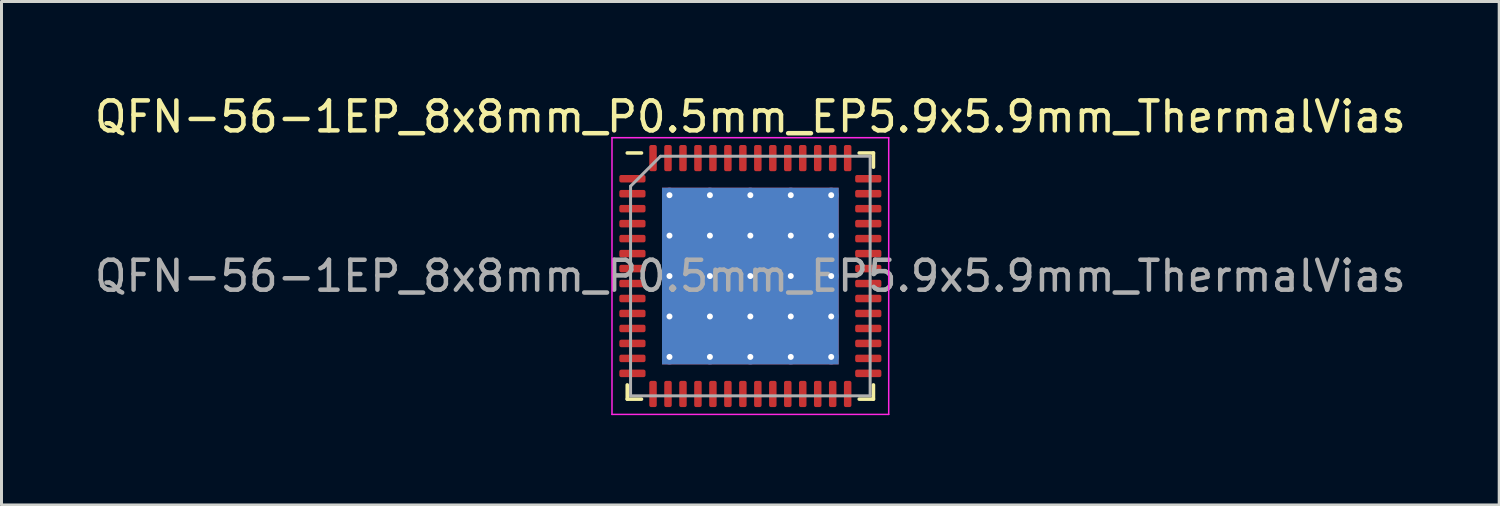
<source format=kicad_pcb>
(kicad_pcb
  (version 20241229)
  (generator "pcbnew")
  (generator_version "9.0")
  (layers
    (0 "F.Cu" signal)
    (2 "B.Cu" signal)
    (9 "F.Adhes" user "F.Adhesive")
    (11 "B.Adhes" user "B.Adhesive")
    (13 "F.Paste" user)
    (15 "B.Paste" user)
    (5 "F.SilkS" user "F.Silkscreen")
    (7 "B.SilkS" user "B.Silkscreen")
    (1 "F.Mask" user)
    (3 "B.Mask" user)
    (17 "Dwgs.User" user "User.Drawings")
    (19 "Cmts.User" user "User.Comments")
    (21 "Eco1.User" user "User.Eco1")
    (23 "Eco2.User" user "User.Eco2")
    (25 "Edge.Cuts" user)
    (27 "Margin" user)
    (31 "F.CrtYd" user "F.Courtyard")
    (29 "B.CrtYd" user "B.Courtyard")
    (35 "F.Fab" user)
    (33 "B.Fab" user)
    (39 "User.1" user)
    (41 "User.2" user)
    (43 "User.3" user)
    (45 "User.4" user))
  (footprint "QFN-56-1EP_8x8mm_P0.5mm_EP5.9x5.9mm_ThermalVias"
    (layer "F.Cu")
    (at 22.006 6.168)
    (property "Reference" "QFN-56-1EP_8x8mm_P0.5mm_EP5.9x5.9mm_ThermalVias" (at 0 -5.32 0) (layer "F.SilkS") (effects (font (size 1 1) (thickness 0.15))))
    (attr smd)
    (fp_line (start -4.11 4.11) (end -4.11 3.635) (stroke (width 0.12) (type solid)) (layer "F.SilkS"))
    (fp_line (start -3.635 -4.11) (end -4.11 -4.11) (stroke (width 0.12) (type solid)) (layer "F.SilkS"))
    (fp_line (start -3.635 4.11) (end -4.11 4.11) (stroke (width 0.12) (type solid)) (layer "F.SilkS"))
    (fp_line (start 3.635 -4.11) (end 4.11 -4.11) (stroke (width 0.12) (type solid)) (layer "F.SilkS"))
    (fp_line (start 3.635 4.11) (end 4.11 4.11) (stroke (width 0.12) (type solid)) (layer "F.SilkS"))
    (fp_line (start 4.11 -4.11) (end 4.11 -3.635) (stroke (width 0.12) (type solid)) (layer "F.SilkS"))
    (fp_line (start 4.11 4.11) (end 4.11 3.635) (stroke (width 0.12) (type solid)) (layer "F.SilkS"))
    (fp_line (start -4.62 -4.62) (end -4.62 4.62) (stroke (width 0.05) (type solid)) (layer "F.CrtYd"))
    (fp_line (start -4.62 4.62) (end 4.62 4.62) (stroke (width 0.05) (type solid)) (layer "F.CrtYd"))
    (fp_line (start 4.62 -4.62) (end -4.62 -4.62) (stroke (width 0.05) (type solid)) (layer "F.CrtYd"))
    (fp_line (start 4.62 4.62) (end 4.62 -4.62) (stroke (width 0.05) (type solid)) (layer "F.CrtYd"))
    (fp_line (start -4 -3) (end -3 -4) (stroke (width 0.1) (type solid)) (layer "F.Fab"))
    (fp_line (start -4 4) (end -4 -3) (stroke (width 0.1) (type solid)) (layer "F.Fab"))
    (fp_line (start -3 -4) (end 4 -4) (stroke (width 0.1) (type solid)) (layer "F.Fab"))
    (fp_line (start 4 -4) (end 4 4) (stroke (width 0.1) (type solid)) (layer "F.Fab"))
    (fp_line (start 4 4) (end -4 4) (stroke (width 0.1) (type solid)) (layer "F.Fab"))
    (fp_text user "${REFERENCE}" (at 0 0 0) (layer "F.Fab") (effects (font (size 1 1) (thickness 0.15))))
    (pad "" smd roundrect (at -2.025 -2.025) (size 1.143 1.143) (layers "F.Paste") (roundrect_rratio 0.219))
    (pad "" smd roundrect (at -2.025 -0.675) (size 1.143 1.143) (layers "F.Paste") (roundrect_rratio 0.219))
    (pad "" smd roundrect (at -2.025 0.675) (size 1.143 1.143) (layers "F.Paste") (roundrect_rratio 0.219))
    (pad "" smd roundrect (at -2.025 2.025) (size 1.143 1.143) (layers "F.Paste") (roundrect_rratio 0.219))
    (pad "" smd roundrect (at -0.675 -2.025) (size 1.143 1.143) (layers "F.Paste") (roundrect_rratio 0.219))
    (pad "" smd roundrect (at -0.675 -0.675) (size 1.143 1.143) (layers "F.Paste") (roundrect_rratio 0.219))
    (pad "" smd roundrect (at -0.675 0.675) (size 1.143 1.143) (layers "F.Paste") (roundrect_rratio 0.219))
    (pad "" smd roundrect (at -0.675 2.025) (size 1.143 1.143) (layers "F.Paste") (roundrect_rratio 0.219))
    (pad "" smd roundrect (at 0.675 -2.025) (size 1.143 1.143) (layers "F.Paste") (roundrect_rratio 0.219))
    (pad "" smd roundrect (at 0.675 -0.675) (size 1.143 1.143) (layers "F.Paste") (roundrect_rratio 0.219))
    (pad "" smd roundrect (at 0.675 0.675) (size 1.143 1.143) (layers "F.Paste") (roundrect_rratio 0.219))
    (pad "" smd roundrect (at 0.675 2.025) (size 1.143 1.143) (layers "F.Paste") (roundrect_rratio 0.219))
    (pad "" smd roundrect (at 2.025 -2.025) (size 1.143 1.143) (layers "F.Paste") (roundrect_rratio 0.219))
    (pad "" smd roundrect (at 2.025 -0.675) (size 1.143 1.143) (layers "F.Paste") (roundrect_rratio 0.219))
    (pad "" smd roundrect (at 2.025 0.675) (size 1.143 1.143) (layers "F.Paste") (roundrect_rratio 0.219))
    (pad "" smd roundrect (at 2.025 2.025) (size 1.143 1.143) (layers "F.Paste") (roundrect_rratio 0.219))
    (pad "1" smd roundrect (at -3.938 -3.25) (size 0.875 0.25) (layers "F.Cu" "F.Mask" "F.Paste") (roundrect_rratio 0.25))
    (pad "2" smd roundrect (at -3.938 -2.75) (size 0.875 0.25) (layers "F.Cu" "F.Mask" "F.Paste") (roundrect_rratio 0.25))
    (pad "3" smd roundrect (at -3.938 -2.25) (size 0.875 0.25) (layers "F.Cu" "F.Mask" "F.Paste") (roundrect_rratio 0.25))
    (pad "4" smd roundrect (at -3.938 -1.75) (size 0.875 0.25) (layers "F.Cu" "F.Mask" "F.Paste") (roundrect_rratio 0.25))
    (pad "5" smd roundrect (at -3.938 -1.25) (size 0.875 0.25) (layers "F.Cu" "F.Mask" "F.Paste") (roundrect_rratio 0.25))
    (pad "6" smd roundrect (at -3.938 -0.75) (size 0.875 0.25) (layers "F.Cu" "F.Mask" "F.Paste") (roundrect_rratio 0.25))
    (pad "7" smd roundrect (at -3.938 -0.25) (size 0.875 0.25) (layers "F.Cu" "F.Mask" "F.Paste") (roundrect_rratio 0.25))
    (pad "8" smd roundrect (at -3.938 0.25) (size 0.875 0.25) (layers "F.Cu" "F.Mask" "F.Paste") (roundrect_rratio 0.25))
    (pad "9" smd roundrect (at -3.938 0.75) (size 0.875 0.25) (layers "F.Cu" "F.Mask" "F.Paste") (roundrect_rratio 0.25))
    (pad "10" smd roundrect (at -3.938 1.25) (size 0.875 0.25) (layers "F.Cu" "F.Mask" "F.Paste") (roundrect_rratio 0.25))
    (pad "11" smd roundrect (at -3.938 1.75) (size 0.875 0.25) (layers "F.Cu" "F.Mask" "F.Paste") (roundrect_rratio 0.25))
    (pad "12" smd roundrect (at -3.938 2.25) (size 0.875 0.25) (layers "F.Cu" "F.Mask" "F.Paste") (roundrect_rratio 0.25))
    (pad "13" smd roundrect (at -3.938 2.75) (size 0.875 0.25) (layers "F.Cu" "F.Mask" "F.Paste") (roundrect_rratio 0.25))
    (pad "14" smd roundrect (at -3.938 3.25) (size 0.875 0.25) (layers "F.Cu" "F.Mask" "F.Paste") (roundrect_rratio 0.25))
    (pad "15" smd roundrect (at -3.25 3.938) (size 0.25 0.875) (layers "F.Cu" "F.Mask" "F.Paste") (roundrect_rratio 0.25))
    (pad "16" smd roundrect (at -2.75 3.938) (size 0.25 0.875) (layers "F.Cu" "F.Mask" "F.Paste") (roundrect_rratio 0.25))
    (pad "17" smd roundrect (at -2.25 3.938) (size 0.25 0.875) (layers "F.Cu" "F.Mask" "F.Paste") (roundrect_rratio 0.25))
    (pad "18" smd roundrect (at -1.75 3.938) (size 0.25 0.875) (layers "F.Cu" "F.Mask" "F.Paste") (roundrect_rratio 0.25))
    (pad "19" smd roundrect (at -1.25 3.938) (size 0.25 0.875) (layers "F.Cu" "F.Mask" "F.Paste") (roundrect_rratio 0.25))
    (pad "20" smd roundrect (at -0.75 3.938) (size 0.25 0.875) (layers "F.Cu" "F.Mask" "F.Paste") (roundrect_rratio 0.25))
    (pad "21" smd roundrect (at -0.25 3.938) (size 0.25 0.875) (layers "F.Cu" "F.Mask" "F.Paste") (roundrect_rratio 0.25))
    (pad "22" smd roundrect (at 0.25 3.938) (size 0.25 0.875) (layers "F.Cu" "F.Mask" "F.Paste") (roundrect_rratio 0.25))
    (pad "23" smd roundrect (at 0.75 3.938) (size 0.25 0.875) (layers "F.Cu" "F.Mask" "F.Paste") (roundrect_rratio 0.25))
    (pad "24" smd roundrect (at 1.25 3.938) (size 0.25 0.875) (layers "F.Cu" "F.Mask" "F.Paste") (roundrect_rratio 0.25))
    (pad "25" smd roundrect (at 1.75 3.938) (size 0.25 0.875) (layers "F.Cu" "F.Mask" "F.Paste") (roundrect_rratio 0.25))
    (pad "26" smd roundrect (at 2.25 3.938) (size 0.25 0.875) (layers "F.Cu" "F.Mask" "F.Paste") (roundrect_rratio 0.25))
    (pad "27" smd roundrect (at 2.75 3.938) (size 0.25 0.875) (layers "F.Cu" "F.Mask" "F.Paste") (roundrect_rratio 0.25))
    (pad "28" smd roundrect (at 3.25 3.938) (size 0.25 0.875) (layers "F.Cu" "F.Mask" "F.Paste") (roundrect_rratio 0.25))
    (pad "29" smd roundrect (at 3.938 3.25) (size 0.875 0.25) (layers "F.Cu" "F.Mask" "F.Paste") (roundrect_rratio 0.25))
    (pad "30" smd roundrect (at 3.938 2.75) (size 0.875 0.25) (layers "F.Cu" "F.Mask" "F.Paste") (roundrect_rratio 0.25))
    (pad "31" smd roundrect (at 3.938 2.25) (size 0.875 0.25) (layers "F.Cu" "F.Mask" "F.Paste") (roundrect_rratio 0.25))
    (pad "32" smd roundrect (at 3.938 1.75) (size 0.875 0.25) (layers "F.Cu" "F.Mask" "F.Paste") (roundrect_rratio 0.25))
    (pad "33" smd roundrect (at 3.938 1.25) (size 0.875 0.25) (layers "F.Cu" "F.Mask" "F.Paste") (roundrect_rratio 0.25))
    (pad "34" smd roundrect (at 3.938 0.75) (size 0.875 0.25) (layers "F.Cu" "F.Mask" "F.Paste") (roundrect_rratio 0.25))
    (pad "35" smd roundrect (at 3.938 0.25) (size 0.875 0.25) (layers "F.Cu" "F.Mask" "F.Paste") (roundrect_rratio 0.25))
    (pad "36" smd roundrect (at 3.938 -0.25) (size 0.875 0.25) (layers "F.Cu" "F.Mask" "F.Paste") (roundrect_rratio 0.25))
    (pad "37" smd roundrect (at 3.938 -0.75) (size 0.875 0.25) (layers "F.Cu" "F.Mask" "F.Paste") (roundrect_rratio 0.25))
    (pad "38" smd roundrect (at 3.938 -1.25) (size 0.875 0.25) (layers "F.Cu" "F.Mask" "F.Paste") (roundrect_rratio 0.25))
    (pad "39" smd roundrect (at 3.938 -1.75) (size 0.875 0.25) (layers "F.Cu" "F.Mask" "F.Paste") (roundrect_rratio 0.25))
    (pad "40" smd roundrect (at 3.938 -2.25) (size 0.875 0.25) (layers "F.Cu" "F.Mask" "F.Paste") (roundrect_rratio 0.25))
    (pad "41" smd roundrect (at 3.938 -2.75) (size 0.875 0.25) (layers "F.Cu" "F.Mask" "F.Paste") (roundrect_rratio 0.25))
    (pad "42" smd roundrect (at 3.938 -3.25) (size 0.875 0.25) (layers "F.Cu" "F.Mask" "F.Paste") (roundrect_rratio 0.25))
    (pad "43" smd roundrect (at 3.25 -3.938) (size 0.25 0.875) (layers "F.Cu" "F.Mask" "F.Paste") (roundrect_rratio 0.25))
    (pad "44" smd roundrect (at 2.75 -3.938) (size 0.25 0.875) (layers "F.Cu" "F.Mask" "F.Paste") (roundrect_rratio 0.25))
    (pad "45" smd roundrect (at 2.25 -3.938) (size 0.25 0.875) (layers "F.Cu" "F.Mask" "F.Paste") (roundrect_rratio 0.25))
    (pad "46" smd roundrect (at 1.75 -3.938) (size 0.25 0.875) (layers "F.Cu" "F.Mask" "F.Paste") (roundrect_rratio 0.25))
    (pad "47" smd roundrect (at 1.25 -3.938) (size 0.25 0.875) (layers "F.Cu" "F.Mask" "F.Paste") (roundrect_rratio 0.25))
    (pad "48" smd roundrect (at 0.75 -3.938) (size 0.25 0.875) (layers "F.Cu" "F.Mask" "F.Paste") (roundrect_rratio 0.25))
    (pad "49" smd roundrect (at 0.25 -3.938) (size 0.25 0.875) (layers "F.Cu" "F.Mask" "F.Paste") (roundrect_rratio 0.25))
    (pad "50" smd roundrect (at -0.25 -3.938) (size 0.25 0.875) (layers "F.Cu" "F.Mask" "F.Paste") (roundrect_rratio 0.25))
    (pad "51" smd roundrect (at -0.75 -3.938) (size 0.25 0.875) (layers "F.Cu" "F.Mask" "F.Paste") (roundrect_rratio 0.25))
    (pad "52" smd roundrect (at -1.25 -3.938) (size 0.25 0.875) (layers "F.Cu" "F.Mask" "F.Paste") (roundrect_rratio 0.25))
    (pad "53" smd roundrect (at -1.75 -3.938) (size 0.25 0.875) (layers "F.Cu" "F.Mask" "F.Paste") (roundrect_rratio 0.25))
    (pad "54" smd roundrect (at -2.25 -3.938) (size 0.25 0.875) (layers "F.Cu" "F.Mask" "F.Paste") (roundrect_rratio 0.25))
    (pad "55" smd roundrect (at -2.75 -3.938) (size 0.25 0.875) (layers "F.Cu" "F.Mask" "F.Paste") (roundrect_rratio 0.25))
    (pad "56" smd roundrect (at -3.25 -3.938) (size 0.25 0.875) (layers "F.Cu" "F.Mask" "F.Paste") (roundrect_rratio 0.25))
    (pad "57" thru_hole circle (at -2.7 -2.7) (size 0.5 0.5) (drill 0.2) (layers "*.Cu"))
    (pad "57" thru_hole circle (at -2.7 -1.35) (size 0.5 0.5) (drill 0.2) (layers "*.Cu"))
    (pad "57" thru_hole circle (at -2.7 0) (size 0.5 0.5) (drill 0.2) (layers "*.Cu"))
    (pad "57" thru_hole circle (at -2.7 1.35) (size 0.5 0.5) (drill 0.2) (layers "*.Cu"))
    (pad "57" thru_hole circle (at -2.7 2.7) (size 0.5 0.5) (drill 0.2) (layers "*.Cu"))
    (pad "57" thru_hole circle (at -1.35 -2.7) (size 0.5 0.5) (drill 0.2) (layers "*.Cu"))
    (pad "57" thru_hole circle (at -1.35 -1.35) (size 0.5 0.5) (drill 0.2) (layers "*.Cu"))
    (pad "57" thru_hole circle (at -1.35 0) (size 0.5 0.5) (drill 0.2) (layers "*.Cu"))
    (pad "57" thru_hole circle (at -1.35 1.35) (size 0.5 0.5) (drill 0.2) (layers "*.Cu"))
    (pad "57" thru_hole circle (at -1.35 2.7) (size 0.5 0.5) (drill 0.2) (layers "*.Cu"))
    (pad "57" thru_hole circle (at 0 -2.7) (size 0.5 0.5) (drill 0.2) (layers "*.Cu"))
    (pad "57" thru_hole circle (at 0 -1.35) (size 0.5 0.5) (drill 0.2) (layers "*.Cu"))
    (pad "57" thru_hole circle (at 0 0) (size 0.5 0.5) (drill 0.2) (layers "*.Cu"))
    (pad "57" smd rect (at 0 0) (size 5.9 5.9) (layers "F.Cu" "F.Mask"))
    (pad "57" smd rect (at 0 0) (size 5.9 5.9) (layers "B.Cu"))
    (pad "57" thru_hole circle (at 0 1.35) (size 0.5 0.5) (drill 0.2) (layers "*.Cu"))
    (pad "57" thru_hole circle (at 0 2.7) (size 0.5 0.5) (drill 0.2) (layers "*.Cu"))
    (pad "57" thru_hole circle (at 1.35 -2.7) (size 0.5 0.5) (drill 0.2) (layers "*.Cu"))
    (pad "57" thru_hole circle (at 1.35 -1.35) (size 0.5 0.5) (drill 0.2) (layers "*.Cu"))
    (pad "57" thru_hole circle (at 1.35 0) (size 0.5 0.5) (drill 0.2) (layers "*.Cu"))
    (pad "57" thru_hole circle (at 1.35 1.35) (size 0.5 0.5) (drill 0.2) (layers "*.Cu"))
    (pad "57" thru_hole circle (at 1.35 2.7) (size 0.5 0.5) (drill 0.2) (layers "*.Cu"))
    (pad "57" thru_hole circle (at 2.7 -2.7) (size 0.5 0.5) (drill 0.2) (layers "*.Cu"))
    (pad "57" thru_hole circle (at 2.7 -1.35) (size 0.5 0.5) (drill 0.2) (layers "*.Cu"))
    (pad "57" thru_hole circle (at 2.7 0) (size 0.5 0.5) (drill 0.2) (layers "*.Cu"))
    (pad "57" thru_hole circle (at 2.7 1.35) (size 0.5 0.5) (drill 0.2) (layers "*.Cu"))
    (pad "57" thru_hole circle (at 2.7 2.7) (size 0.5 0.5) (drill 0.2) (layers "*.Cu")))
  (gr_rect
    (start -3 -3)
    (end 47.012 13.813)
    (stroke (width 0.1) (type default))
    (fill no)
    (layer "Edge.Cuts")))
</source>
